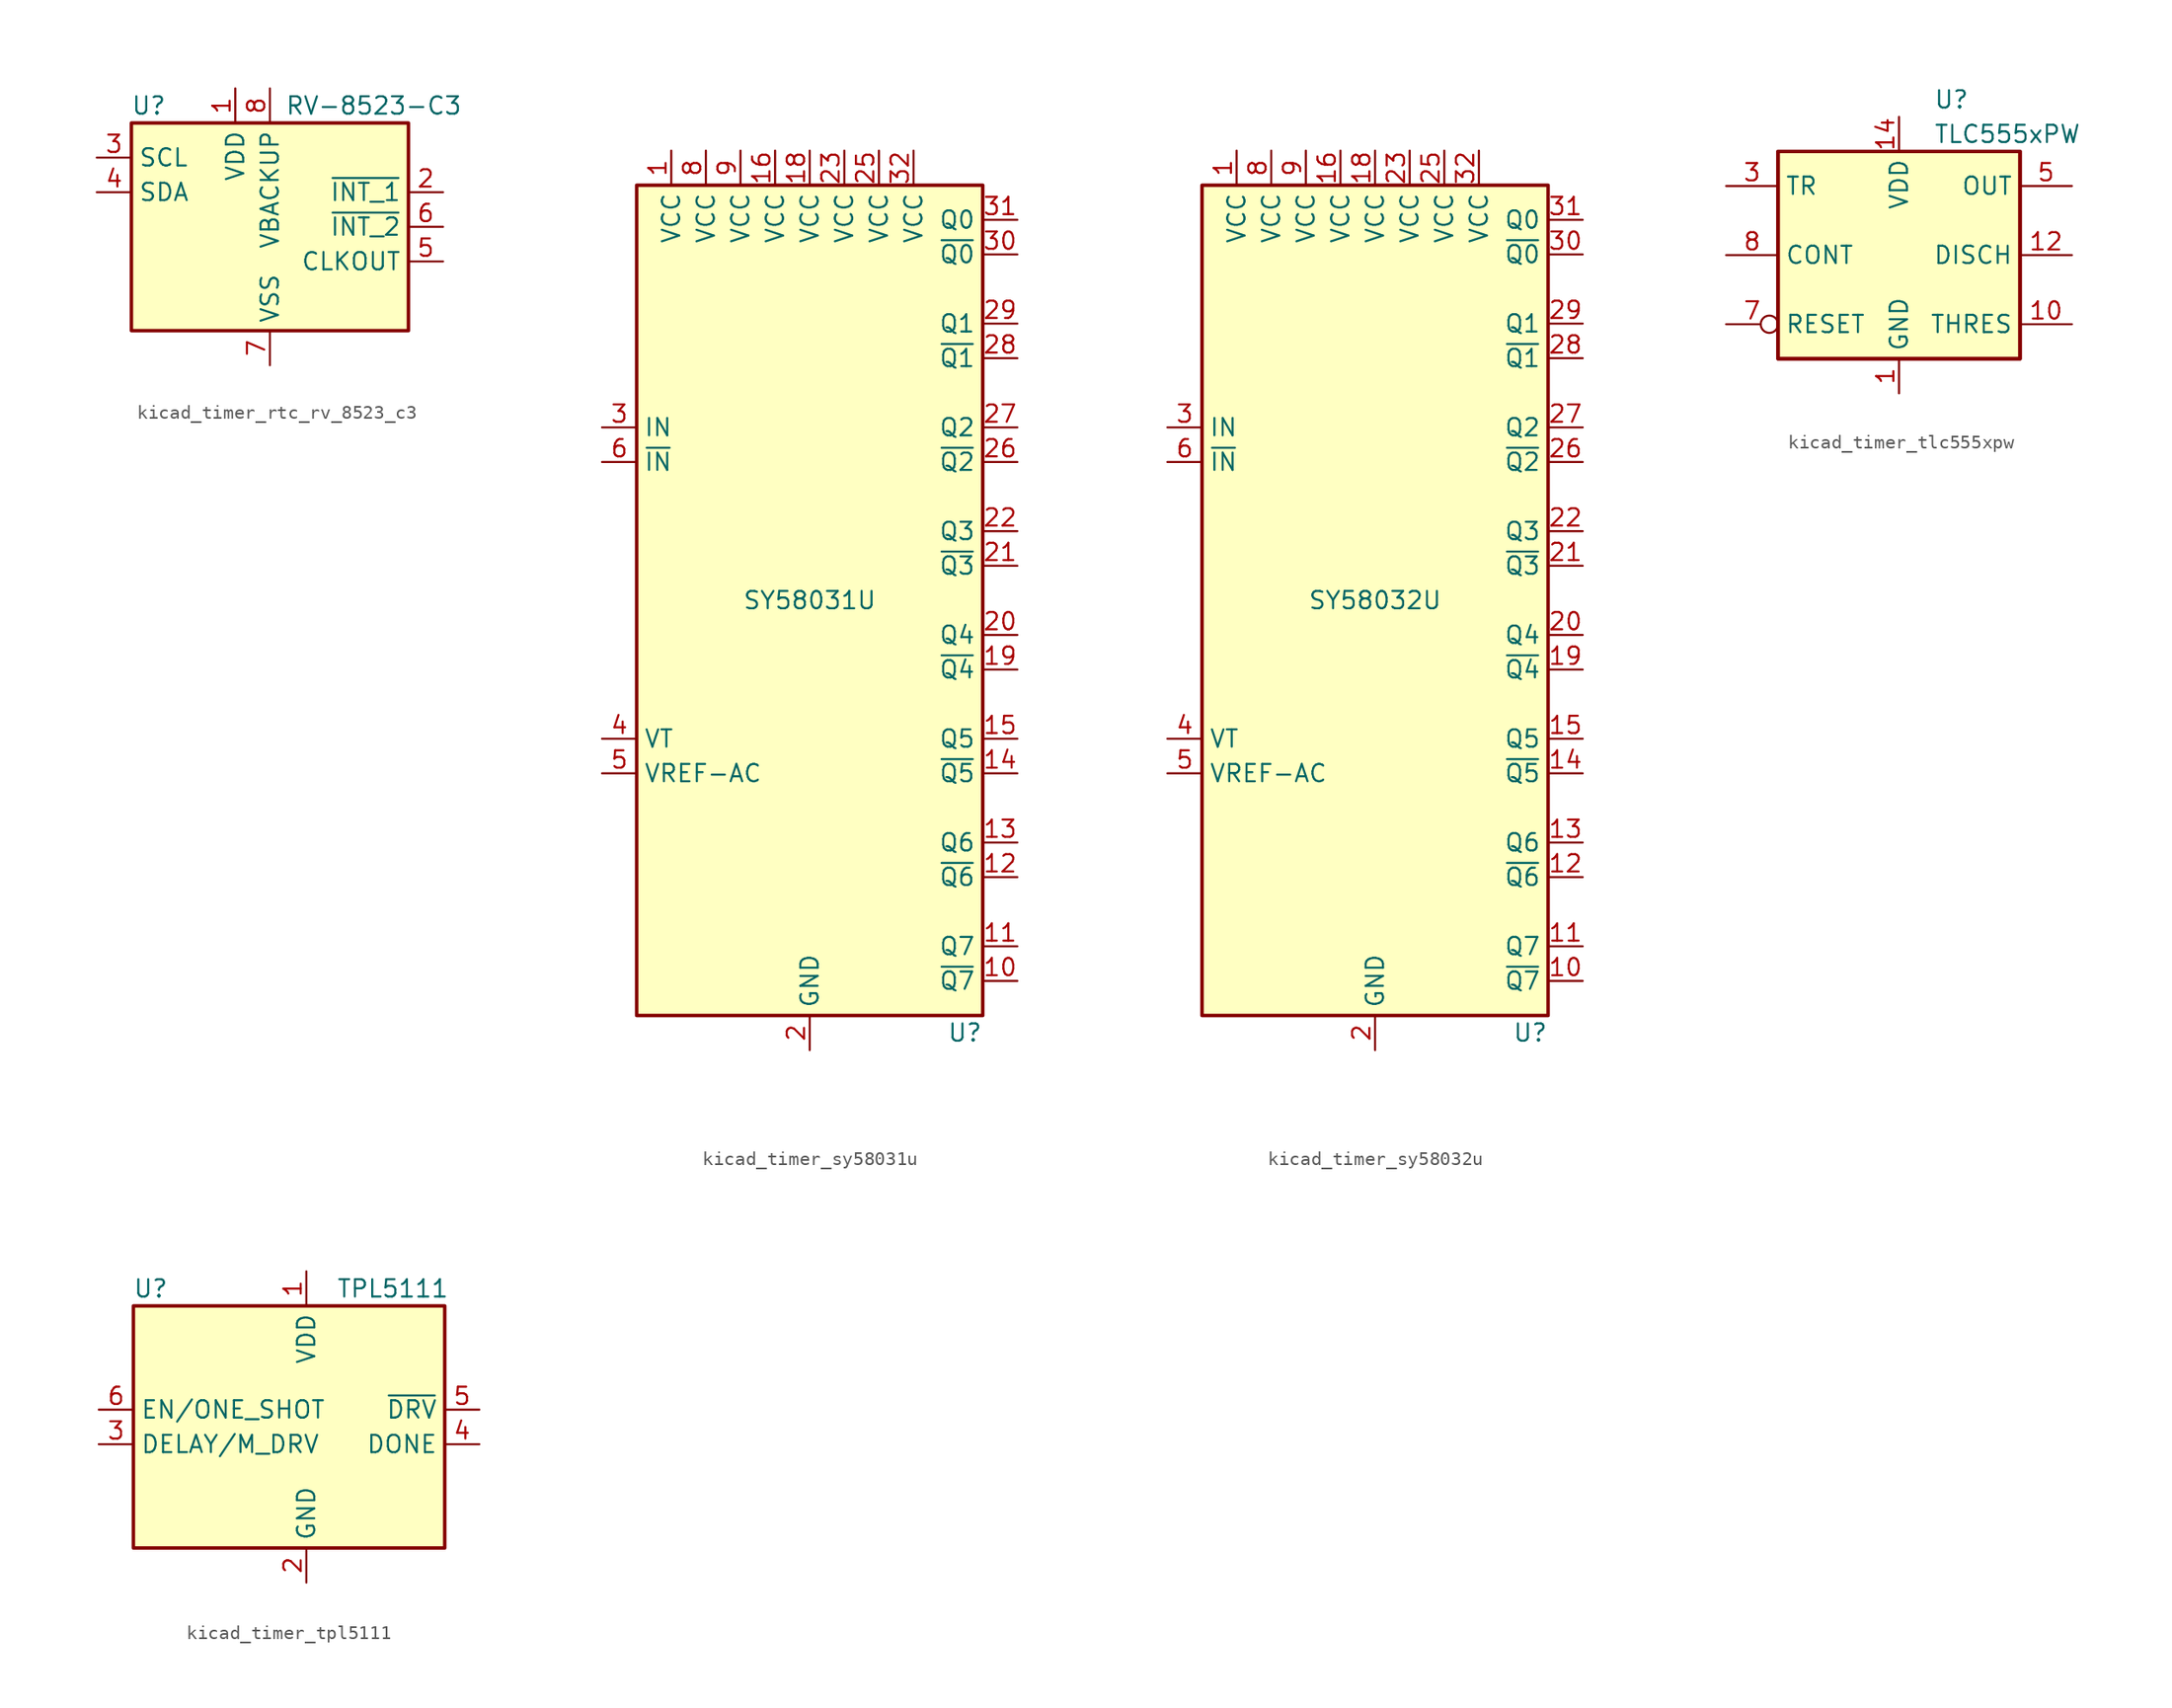
<source format=kicad_sym>
(kicad_symbol_lib
  (version 20220914)
  (generator kicad_symbol_editor)
  (symbol "kicad_timer_rtc_rv_8523_c3"
    (property "Reference" "U"
      (at -8.89 8.89 0)
      (effects (font (size 1.27 1.27))))
    (property "Value" "RV-8523-C3"
      (at 7.62 8.89 0)
      (effects (font (size 1.27 1.27))))
    (symbol "kicad_timer_rtc_rv_8523_c3_0_1"
      (rectangle (start 10.16 7.62) (end -10.16 -7.62) (stroke (width 0.254) (type default)) (fill (type background))))
    (symbol "kicad_timer_rtc_rv_8523_c3_1_1"
      (pin power_in line (at -2.54 10.16 270) (length 2.54) (name "VDD" (effects (font (size 1.27 1.27)))) (number "1" (effects (font (size 1.27 1.27)))))
      (pin no_connect line (at -10.16 -5.08 0) (length 2.54) hide (name "NC" (effects (font (size 1.27 1.27)))) (number "10" (effects (font (size 1.27 1.27)))))
      (pin open_collector line (at 12.7 2.54 180) (length 2.54) (name "~{INT_1}" (effects (font (size 1.27 1.27)))) (number "2" (effects (font (size 1.27 1.27)))))
      (pin input line (at -12.7 5.08 0) (length 2.54) (name "SCL" (effects (font (size 1.27 1.27)))) (number "3" (effects (font (size 1.27 1.27)))))
      (pin bidirectional line (at -12.7 2.54 0) (length 2.54) (name "SDA" (effects (font (size 1.27 1.27)))) (number "4" (effects (font (size 1.27 1.27)))))
      (pin open_collector line (at 12.7 -2.54 180) (length 2.54) (name "CLKOUT" (effects (font (size 1.27 1.27)))) (number "5" (effects (font (size 1.27 1.27)))))
      (pin open_collector line (at 12.7 0 180) (length 2.54) (name "~{INT_2}" (effects (font (size 1.27 1.27)))) (number "6" (effects (font (size 1.27 1.27)))))
      (pin power_in line (at 0 -10.16 90) (length 2.54) (name "VSS" (effects (font (size 1.27 1.27)))) (number "7" (effects (font (size 1.27 1.27)))))
      (pin power_in line (at 0 10.16 270) (length 2.54) (name "VBACKUP" (effects (font (size 1.27 1.27)))) (number "8" (effects (font (size 1.27 1.27)))))
      (pin no_connect line (at -10.16 -2.54 0) (length 2.54) hide (name "NC" (effects (font (size 1.27 1.27)))) (number "9" (effects (font (size 1.27 1.27)))))))
  (symbol "kicad_timer_sy58031u"
    (property "Reference" "U"
      (at 12.7 -31.75 0)
      (effects (font (size 1.27 1.27)) (justify right)))
    (property "Value" "SY58031U"
      (at 0 0 0)
      (effects (font (size 1.27 1.27))))
    (symbol "kicad_timer_sy58031u_0_1"
      (rectangle (start 12.7 30.48) (end -12.7 -30.48) (stroke (width 0.254) (type default)) (fill (type background))))
    (symbol "kicad_timer_sy58031u_1_1"
      (pin power_in line (at -10.16 33.02 270) (length 2.54) (name "VCC" (effects (font (size 1.27 1.27)))) (number "1" (effects (font (size 1.27 1.27)))))
      (pin output line (at 15.24 -27.94 180) (length 2.54) (name "~{Q7}" (effects (font (size 1.27 1.27)))) (number "10" (effects (font (size 1.27 1.27)))))
      (pin output line (at 15.24 -25.4 180) (length 2.54) (name "Q7" (effects (font (size 1.27 1.27)))) (number "11" (effects (font (size 1.27 1.27)))))
      (pin output line (at 15.24 -20.32 180) (length 2.54) (name "~{Q6}" (effects (font (size 1.27 1.27)))) (number "12" (effects (font (size 1.27 1.27)))))
      (pin output line (at 15.24 -17.78 180) (length 2.54) (name "Q6" (effects (font (size 1.27 1.27)))) (number "13" (effects (font (size 1.27 1.27)))))
      (pin output line (at 15.24 -12.7 180) (length 2.54) (name "~{Q5}" (effects (font (size 1.27 1.27)))) (number "14" (effects (font (size 1.27 1.27)))))
      (pin output line (at 15.24 -10.16 180) (length 2.54) (name "Q5" (effects (font (size 1.27 1.27)))) (number "15" (effects (font (size 1.27 1.27)))))
      (pin power_in line (at -2.54 33.02 270) (length 2.54) (name "VCC" (effects (font (size 1.27 1.27)))) (number "16" (effects (font (size 1.27 1.27)))))
      (pin passive line (at 0 -33.02 90) (length 2.54) hide (name "GND" (effects (font (size 1.27 1.27)))) (number "17" (effects (font (size 1.27 1.27)))))
      (pin power_in line (at 0 33.02 270) (length 2.54) (name "VCC" (effects (font (size 1.27 1.27)))) (number "18" (effects (font (size 1.27 1.27)))))
      (pin output line (at 15.24 -5.08 180) (length 2.54) (name "~{Q4}" (effects (font (size 1.27 1.27)))) (number "19" (effects (font (size 1.27 1.27)))))
      (pin power_in line (at 0 -33.02 90) (length 2.54) (name "GND" (effects (font (size 1.27 1.27)))) (number "2" (effects (font (size 1.27 1.27)))))
      (pin output line (at 15.24 -2.54 180) (length 2.54) (name "Q4" (effects (font (size 1.27 1.27)))) (number "20" (effects (font (size 1.27 1.27)))))
      (pin output line (at 15.24 2.54 180) (length 2.54) (name "~{Q3}" (effects (font (size 1.27 1.27)))) (number "21" (effects (font (size 1.27 1.27)))))
      (pin output line (at 15.24 5.08 180) (length 2.54) (name "Q3" (effects (font (size 1.27 1.27)))) (number "22" (effects (font (size 1.27 1.27)))))
      (pin power_in line (at 2.54 33.02 270) (length 2.54) (name "VCC" (effects (font (size 1.27 1.27)))) (number "23" (effects (font (size 1.27 1.27)))))
      (pin passive line (at 0 -33.02 90) (length 2.54) hide (name "GND" (effects (font (size 1.27 1.27)))) (number "24" (effects (font (size 1.27 1.27)))))
      (pin power_in line (at 5.08 33.02 270) (length 2.54) (name "VCC" (effects (font (size 1.27 1.27)))) (number "25" (effects (font (size 1.27 1.27)))))
      (pin output line (at 15.24 10.16 180) (length 2.54) (name "~{Q2}" (effects (font (size 1.27 1.27)))) (number "26" (effects (font (size 1.27 1.27)))))
      (pin output line (at 15.24 12.7 180) (length 2.54) (name "Q2" (effects (font (size 1.27 1.27)))) (number "27" (effects (font (size 1.27 1.27)))))
      (pin output line (at 15.24 17.78 180) (length 2.54) (name "~{Q1}" (effects (font (size 1.27 1.27)))) (number "28" (effects (font (size 1.27 1.27)))))
      (pin output line (at 15.24 20.32 180) (length 2.54) (name "Q1" (effects (font (size 1.27 1.27)))) (number "29" (effects (font (size 1.27 1.27)))))
      (pin input line (at -15.24 12.7 0) (length 2.54) (name "IN" (effects (font (size 1.27 1.27)))) (number "3" (effects (font (size 1.27 1.27)))))
      (pin output line (at 15.24 25.4 180) (length 2.54) (name "~{Q0}" (effects (font (size 1.27 1.27)))) (number "30" (effects (font (size 1.27 1.27)))))
      (pin output line (at 15.24 27.94 180) (length 2.54) (name "Q0" (effects (font (size 1.27 1.27)))) (number "31" (effects (font (size 1.27 1.27)))))
      (pin power_in line (at 7.62 33.02 270) (length 2.54) (name "VCC" (effects (font (size 1.27 1.27)))) (number "32" (effects (font (size 1.27 1.27)))))
      (pin passive line (at 0 -33.02 90) (length 2.54) hide (name "GND" (effects (font (size 1.27 1.27)))) (number "33" (effects (font (size 1.27 1.27)))))
      (pin passive line (at -15.24 -10.16 0) (length 2.54) (name "VT" (effects (font (size 1.27 1.27)))) (number "4" (effects (font (size 1.27 1.27)))))
      (pin passive line (at -15.24 -12.7 0) (length 2.54) (name "VREF-AC" (effects (font (size 1.27 1.27)))) (number "5" (effects (font (size 1.27 1.27)))))
      (pin input line (at -15.24 10.16 0) (length 2.54) (name "~{IN}" (effects (font (size 1.27 1.27)))) (number "6" (effects (font (size 1.27 1.27)))))
      (pin passive line (at 0 -33.02 90) (length 2.54) hide (name "GND" (effects (font (size 1.27 1.27)))) (number "7" (effects (font (size 1.27 1.27)))))
      (pin power_in line (at -7.62 33.02 270) (length 2.54) (name "VCC" (effects (font (size 1.27 1.27)))) (number "8" (effects (font (size 1.27 1.27)))))
      (pin power_in line (at -5.08 33.02 270) (length 2.54) (name "VCC" (effects (font (size 1.27 1.27)))) (number "9" (effects (font (size 1.27 1.27)))))))
  (symbol "kicad_timer_sy58032u"
    (property "Reference" "U"
      (at 12.7 -31.75 0)
      (effects (font (size 1.27 1.27)) (justify right)))
    (property "Value" "SY58032U"
      (at 0 0 0)
      (effects (font (size 1.27 1.27))))
    (symbol "kicad_timer_sy58032u_0_1"
      (rectangle (start 12.7 30.48) (end -12.7 -30.48) (stroke (width 0.254) (type default)) (fill (type background))))
    (symbol "kicad_timer_sy58032u_1_1"
      (pin power_in line (at -10.16 33.02 270) (length 2.54) (name "VCC" (effects (font (size 1.27 1.27)))) (number "1" (effects (font (size 1.27 1.27)))))
      (pin open_emitter line (at 15.24 -27.94 180) (length 2.54) (name "~{Q7}" (effects (font (size 1.27 1.27)))) (number "10" (effects (font (size 1.27 1.27)))))
      (pin open_emitter line (at 15.24 -25.4 180) (length 2.54) (name "Q7" (effects (font (size 1.27 1.27)))) (number "11" (effects (font (size 1.27 1.27)))))
      (pin open_emitter line (at 15.24 -20.32 180) (length 2.54) (name "~{Q6}" (effects (font (size 1.27 1.27)))) (number "12" (effects (font (size 1.27 1.27)))))
      (pin open_emitter line (at 15.24 -17.78 180) (length 2.54) (name "Q6" (effects (font (size 1.27 1.27)))) (number "13" (effects (font (size 1.27 1.27)))))
      (pin open_emitter line (at 15.24 -12.7 180) (length 2.54) (name "~{Q5}" (effects (font (size 1.27 1.27)))) (number "14" (effects (font (size 1.27 1.27)))))
      (pin open_emitter line (at 15.24 -10.16 180) (length 2.54) (name "Q5" (effects (font (size 1.27 1.27)))) (number "15" (effects (font (size 1.27 1.27)))))
      (pin power_in line (at -2.54 33.02 270) (length 2.54) (name "VCC" (effects (font (size 1.27 1.27)))) (number "16" (effects (font (size 1.27 1.27)))))
      (pin passive line (at 0 -33.02 90) (length 2.54) hide (name "GND" (effects (font (size 1.27 1.27)))) (number "17" (effects (font (size 1.27 1.27)))))
      (pin power_in line (at 0 33.02 270) (length 2.54) (name "VCC" (effects (font (size 1.27 1.27)))) (number "18" (effects (font (size 1.27 1.27)))))
      (pin open_emitter line (at 15.24 -5.08 180) (length 2.54) (name "~{Q4}" (effects (font (size 1.27 1.27)))) (number "19" (effects (font (size 1.27 1.27)))))
      (pin power_in line (at 0 -33.02 90) (length 2.54) (name "GND" (effects (font (size 1.27 1.27)))) (number "2" (effects (font (size 1.27 1.27)))))
      (pin open_emitter line (at 15.24 -2.54 180) (length 2.54) (name "Q4" (effects (font (size 1.27 1.27)))) (number "20" (effects (font (size 1.27 1.27)))))
      (pin open_emitter line (at 15.24 2.54 180) (length 2.54) (name "~{Q3}" (effects (font (size 1.27 1.27)))) (number "21" (effects (font (size 1.27 1.27)))))
      (pin open_emitter line (at 15.24 5.08 180) (length 2.54) (name "Q3" (effects (font (size 1.27 1.27)))) (number "22" (effects (font (size 1.27 1.27)))))
      (pin power_in line (at 2.54 33.02 270) (length 2.54) (name "VCC" (effects (font (size 1.27 1.27)))) (number "23" (effects (font (size 1.27 1.27)))))
      (pin passive line (at 0 -33.02 90) (length 2.54) hide (name "GND" (effects (font (size 1.27 1.27)))) (number "24" (effects (font (size 1.27 1.27)))))
      (pin power_in line (at 5.08 33.02 270) (length 2.54) (name "VCC" (effects (font (size 1.27 1.27)))) (number "25" (effects (font (size 1.27 1.27)))))
      (pin open_emitter line (at 15.24 10.16 180) (length 2.54) (name "~{Q2}" (effects (font (size 1.27 1.27)))) (number "26" (effects (font (size 1.27 1.27)))))
      (pin open_emitter line (at 15.24 12.7 180) (length 2.54) (name "Q2" (effects (font (size 1.27 1.27)))) (number "27" (effects (font (size 1.27 1.27)))))
      (pin open_emitter line (at 15.24 17.78 180) (length 2.54) (name "~{Q1}" (effects (font (size 1.27 1.27)))) (number "28" (effects (font (size 1.27 1.27)))))
      (pin open_emitter line (at 15.24 20.32 180) (length 2.54) (name "Q1" (effects (font (size 1.27 1.27)))) (number "29" (effects (font (size 1.27 1.27)))))
      (pin input line (at -15.24 12.7 0) (length 2.54) (name "IN" (effects (font (size 1.27 1.27)))) (number "3" (effects (font (size 1.27 1.27)))))
      (pin open_emitter line (at 15.24 25.4 180) (length 2.54) (name "~{Q0}" (effects (font (size 1.27 1.27)))) (number "30" (effects (font (size 1.27 1.27)))))
      (pin open_emitter line (at 15.24 27.94 180) (length 2.54) (name "Q0" (effects (font (size 1.27 1.27)))) (number "31" (effects (font (size 1.27 1.27)))))
      (pin power_in line (at 7.62 33.02 270) (length 2.54) (name "VCC" (effects (font (size 1.27 1.27)))) (number "32" (effects (font (size 1.27 1.27)))))
      (pin passive line (at 0 -33.02 90) (length 2.54) hide (name "GND" (effects (font (size 1.27 1.27)))) (number "33" (effects (font (size 1.27 1.27)))))
      (pin passive line (at -15.24 -10.16 0) (length 2.54) (name "VT" (effects (font (size 1.27 1.27)))) (number "4" (effects (font (size 1.27 1.27)))))
      (pin passive line (at -15.24 -12.7 0) (length 2.54) (name "VREF-AC" (effects (font (size 1.27 1.27)))) (number "5" (effects (font (size 1.27 1.27)))))
      (pin input line (at -15.24 10.16 0) (length 2.54) (name "~{IN}" (effects (font (size 1.27 1.27)))) (number "6" (effects (font (size 1.27 1.27)))))
      (pin passive line (at 0 -33.02 90) (length 2.54) hide (name "GND" (effects (font (size 1.27 1.27)))) (number "7" (effects (font (size 1.27 1.27)))))
      (pin power_in line (at -7.62 33.02 270) (length 2.54) (name "VCC" (effects (font (size 1.27 1.27)))) (number "8" (effects (font (size 1.27 1.27)))))
      (pin power_in line (at -5.08 33.02 270) (length 2.54) (name "VCC" (effects (font (size 1.27 1.27)))) (number "9" (effects (font (size 1.27 1.27)))))))
  (symbol "kicad_timer_tlc555xpw"
    (property "Reference" "U"
      (at 2.54 11.43 0)
      (effects (font (size 1.27 1.27)) (justify left)))
    (property "Value" "TLC555xPW"
      (at 2.54 8.89 0)
      (effects (font (size 1.27 1.27)) (justify left)))
    (symbol "kicad_timer_tlc555xpw_0_0"
      (pin power_in line (at 0 -10.16 90) (length 2.54) (name "GND" (effects (font (size 1.27 1.27)))) (number "1" (effects (font (size 1.27 1.27)))))
      (pin power_in line (at 0 10.16 270) (length 2.54) (name "VDD" (effects (font (size 1.27 1.27)))) (number "14" (effects (font (size 1.27 1.27))))))
    (symbol "kicad_timer_tlc555xpw_0_1"
      (rectangle (start -8.89 -7.62) (end 8.89 7.62) (stroke (width 0.254) (type default)) (fill (type background)))
      (rectangle (start -8.89 -7.62) (end 8.89 7.62) (stroke (width 0.254) (type default)) (fill (type background))))
    (symbol "kicad_timer_tlc555xpw_1_1"
      (pin input line (at 12.7 -5.08 180) (length 3.81) (name "THRES" (effects (font (size 1.27 1.27)))) (number "10" (effects (font (size 1.27 1.27)))))
      (pin no_connect line (at 0 0 270) (length 2.54) hide (name "NC" (effects (font (size 1.27 1.27)))) (number "11" (effects (font (size 1.27 1.27)))))
      (pin input line (at 12.7 0 180) (length 3.81) (name "DISCH" (effects (font (size 1.27 1.27)))) (number "12" (effects (font (size 1.27 1.27)))))
      (pin no_connect line (at 2.54 0 270) (length 2.54) hide (name "NC" (effects (font (size 1.27 1.27)))) (number "13" (effects (font (size 1.27 1.27)))))
      (pin no_connect line (at -2.54 5.08 270) (length 2.54) hide (name "NC" (effects (font (size 1.27 1.27)))) (number "2" (effects (font (size 1.27 1.27)))))
      (pin input line (at -12.7 5.08 0) (length 3.81) (name "TR" (effects (font (size 1.27 1.27)))) (number "3" (effects (font (size 1.27 1.27)))))
      (pin no_connect line (at 0 5.08 270) (length 2.54) hide (name "NC" (effects (font (size 1.27 1.27)))) (number "4" (effects (font (size 1.27 1.27)))))
      (pin output line (at 12.7 5.08 180) (length 3.81) (name "OUT" (effects (font (size 1.27 1.27)))) (number "5" (effects (font (size 1.27 1.27)))))
      (pin no_connect line (at 2.54 5.08 270) (length 2.54) hide (name "NC" (effects (font (size 1.27 1.27)))) (number "6" (effects (font (size 1.27 1.27)))))
      (pin input inverted (at -12.7 -5.08 0) (length 3.81) (name "RESET" (effects (font (size 1.27 1.27)))) (number "7" (effects (font (size 1.27 1.27)))))
      (pin input line (at -12.7 0 0) (length 3.81) (name "CONT" (effects (font (size 1.27 1.27)))) (number "8" (effects (font (size 1.27 1.27)))))
      (pin no_connect line (at -2.54 0 270) (length 2.54) hide (name "NC" (effects (font (size 1.27 1.27)))) (number "9" (effects (font (size 1.27 1.27)))))))
  (symbol "kicad_timer_tpl5111"
    (property "Reference" "U"
      (at -11.43 11.43 0)
      (effects (font (size 1.27 1.27))))
    (property "Value" "TPL5111"
      (at 6.35 11.43 0)
      (effects (font (size 1.27 1.27))))
    (symbol "kicad_timer_tpl5111_0_1"
      (rectangle (start -12.7 10.16) (end 10.16 -7.62) (stroke (width 0.254) (type default)) (fill (type background))))
    (symbol "kicad_timer_tpl5111_1_1"
      (pin power_in line (at 0 12.7 270) (length 2.54) (name "VDD" (effects (font (size 1.27 1.27)))) (number "1" (effects (font (size 1.27 1.27)))))
      (pin power_in line (at 0 -10.16 90) (length 2.54) (name "GND" (effects (font (size 1.27 1.27)))) (number "2" (effects (font (size 1.27 1.27)))))
      (pin input line (at -15.24 0 0) (length 2.54) (name "DELAY/M_DRV" (effects (font (size 1.27 1.27)))) (number "3" (effects (font (size 1.27 1.27)))))
      (pin input line (at 12.7 0 180) (length 2.54) (name "DONE" (effects (font (size 1.27 1.27)))) (number "4" (effects (font (size 1.27 1.27)))))
      (pin output line (at 12.7 2.54 180) (length 2.54) (name "~{DRV}" (effects (font (size 1.27 1.27)))) (number "5" (effects (font (size 1.27 1.27)))))
      (pin input line (at -15.24 2.54 0) (length 2.54) (name "EN/ONE_SHOT" (effects (font (size 1.27 1.27)))) (number "6" (effects (font (size 1.27 1.27))))))))
</source>
